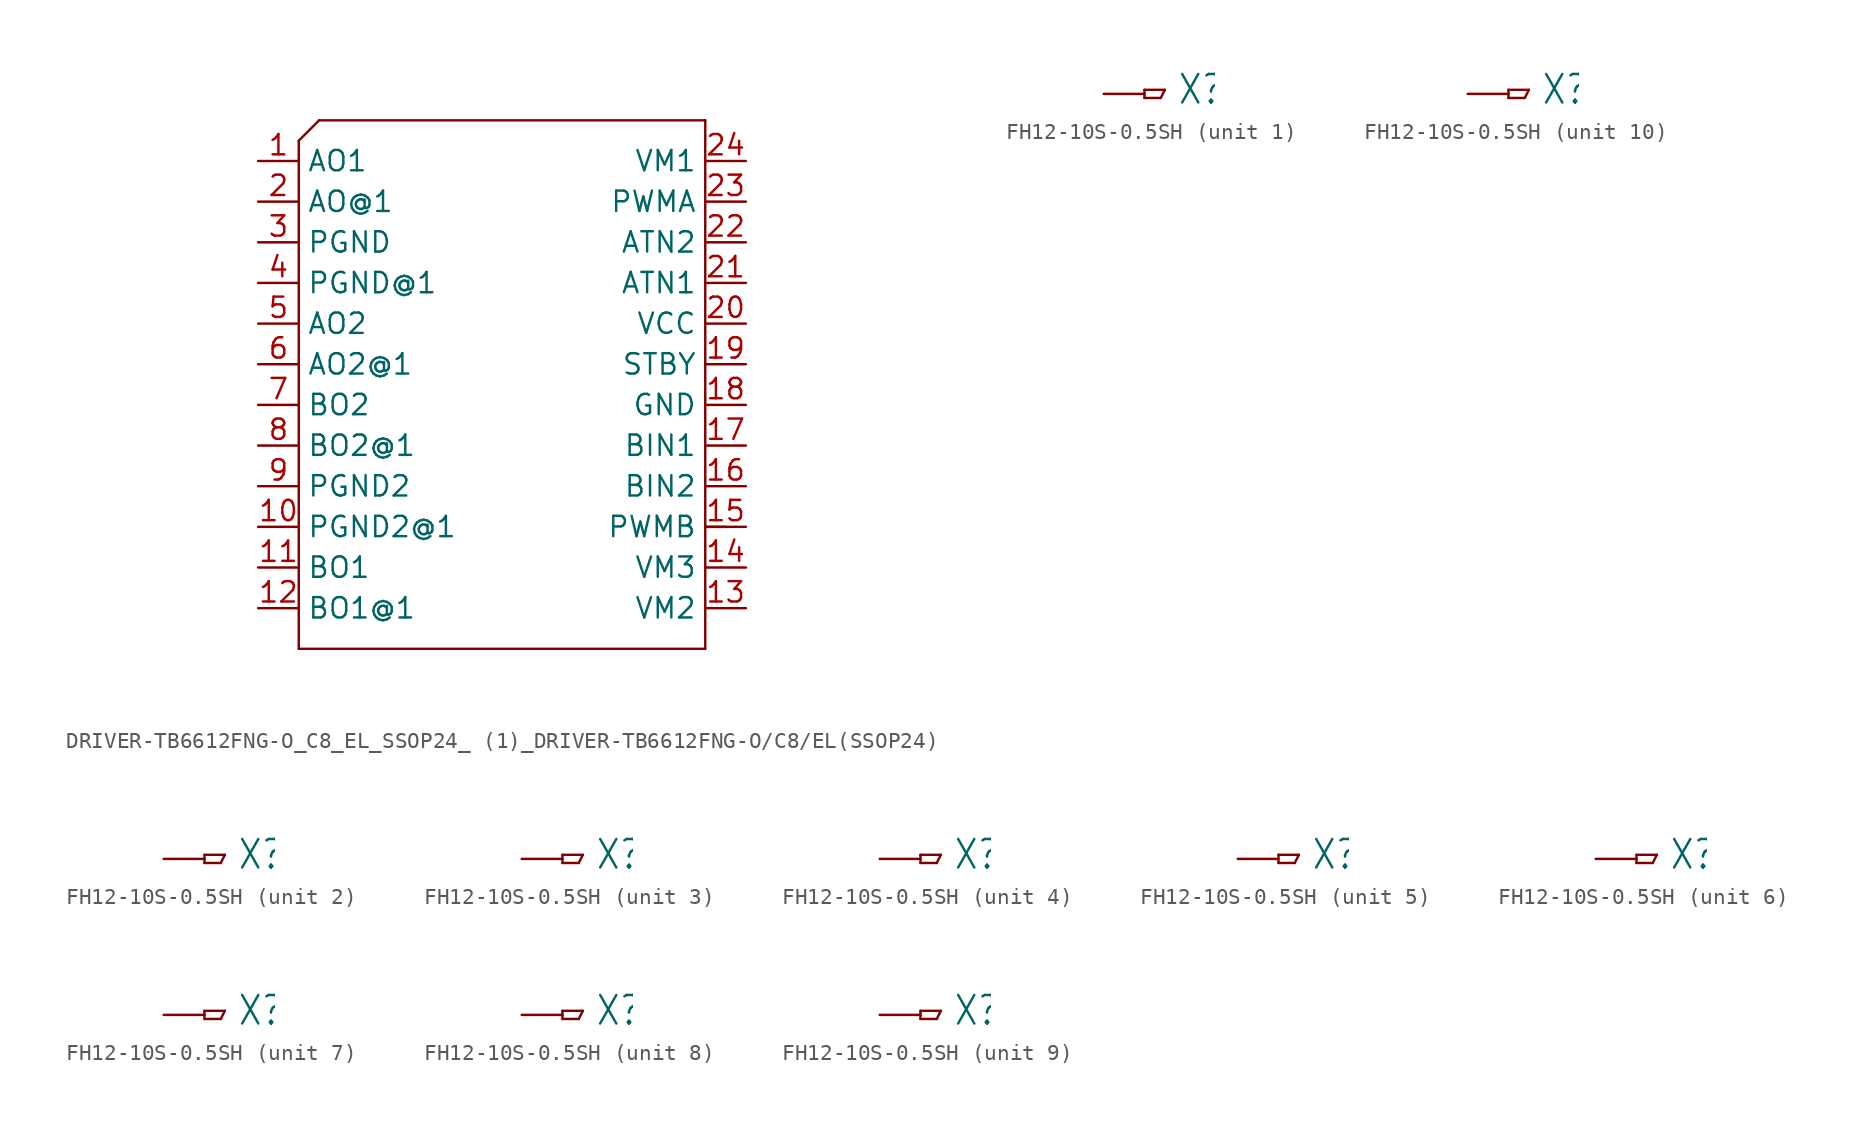
<source format=kicad_sym>
(kicad_symbol_lib
  (version 20231120)
  (generator "kicad_symbol_editor")
  (generator_version "8.0")
  (symbol "DRIVER-TB6612FNG-O_C8_EL_SSOP24_ (1)_DRIVER-TB6612FNG-O/C8/EL(SSOP24)"
    (property "Reference" ""
      (at -6.361 16.539 0)
      (effects (font (size 1.272 1.081)) (justify left bottom) (hide yes)))
    (property "Value" ""
      (at -11.446 -19.077 0)
      (effects (font (size 1.272 1.081)) (justify left bottom)))
    (property "ki_locked" ""
      (at 0 0 0)
      (effects (font (size 1.27 1.27))))
    (symbol "DRIVER-TB6612FNG-O_C8_EL_SSOP24_ (1)_DRIVER-TB6612FNG-O/C8/EL(SSOP24)_1_0"
      (polyline (pts (xy -12.7 -17.78) (xy -12.7 13.97)) (stroke (width 0.152) (type solid)) (fill (type none)))
      (polyline (pts (xy -12.7 13.97) (xy -11.43 15.24)) (stroke (width 0.152) (type solid)) (fill (type none)))
      (polyline (pts (xy -11.43 15.24) (xy 12.7 15.24)) (stroke (width 0.152) (type solid)) (fill (type none)))
      (polyline (pts (xy 12.7 -17.78) (xy -12.7 -17.78)) (stroke (width 0.152) (type solid)) (fill (type none)))
      (polyline (pts (xy 12.7 -10.16) (xy 12.7 -17.78)) (stroke (width 0.152) (type solid)) (fill (type none)))
      (polyline (pts (xy 12.7 15.24) (xy 12.7 -10.16)) (stroke (width 0.152) (type solid)) (fill (type none)))
      (polyline (pts (xy 13.97 -10.16) (xy 12.7 -10.16)) (stroke (width 0.152) (type solid)) (fill (type none)))
      (pin bidirectional line (at -15.24 12.7 0) (length 2.54) (name "AO1" (effects (font (size 1.27 1.27)))) (number "1" (effects (font (size 1.27 1.27)))))
      (pin bidirectional line (at -15.24 -10.16 0) (length 2.54) (name "PGND2@1" (effects (font (size 1.27 1.27)))) (number "10" (effects (font (size 1.27 1.27)))))
      (pin bidirectional line (at -15.24 -12.7 0) (length 2.54) (name "BO1" (effects (font (size 1.27 1.27)))) (number "11" (effects (font (size 1.27 1.27)))))
      (pin bidirectional line (at -15.24 -15.24 0) (length 2.54) (name "BO1@1" (effects (font (size 1.27 1.27)))) (number "12" (effects (font (size 1.27 1.27)))))
      (pin bidirectional line (at 15.24 -15.24 180) (length 2.54) (name "VM2" (effects (font (size 1.27 1.27)))) (number "13" (effects (font (size 1.27 1.27)))))
      (pin bidirectional line (at 15.24 -12.7 180) (length 2.54) (name "VM3" (effects (font (size 1.27 1.27)))) (number "14" (effects (font (size 1.27 1.27)))))
      (pin bidirectional line (at 15.24 -10.16 180) (length 2.54) (name "PWMB" (effects (font (size 1.27 1.27)))) (number "15" (effects (font (size 1.27 1.27)))))
      (pin bidirectional line (at 15.24 -7.62 180) (length 2.54) (name "BIN2" (effects (font (size 1.27 1.27)))) (number "16" (effects (font (size 1.27 1.27)))))
      (pin bidirectional line (at 15.24 -5.08 180) (length 2.54) (name "BIN1" (effects (font (size 1.27 1.27)))) (number "17" (effects (font (size 1.27 1.27)))))
      (pin bidirectional line (at 15.24 -2.54 180) (length 2.54) (name "GND" (effects (font (size 1.27 1.27)))) (number "18" (effects (font (size 1.27 1.27)))))
      (pin bidirectional line (at 15.24 0 180) (length 2.54) (name "STBY" (effects (font (size 1.27 1.27)))) (number "19" (effects (font (size 1.27 1.27)))))
      (pin bidirectional line (at -15.24 10.16 0) (length 2.54) (name "AO@1" (effects (font (size 1.27 1.27)))) (number "2" (effects (font (size 1.27 1.27)))))
      (pin bidirectional line (at 15.24 2.54 180) (length 2.54) (name "VCC" (effects (font (size 1.27 1.27)))) (number "20" (effects (font (size 1.27 1.27)))))
      (pin bidirectional line (at 15.24 5.08 180) (length 2.54) (name "ATN1" (effects (font (size 1.27 1.27)))) (number "21" (effects (font (size 1.27 1.27)))))
      (pin bidirectional line (at 15.24 7.62 180) (length 2.54) (name "ATN2" (effects (font (size 1.27 1.27)))) (number "22" (effects (font (size 1.27 1.27)))))
      (pin bidirectional line (at 15.24 10.16 180) (length 2.54) (name "PWMA" (effects (font (size 1.27 1.27)))) (number "23" (effects (font (size 1.27 1.27)))))
      (pin bidirectional line (at 15.24 12.7 180) (length 2.54) (name "VM1" (effects (font (size 1.27 1.27)))) (number "24" (effects (font (size 1.27 1.27)))))
      (pin bidirectional line (at -15.24 7.62 0) (length 2.54) (name "PGND" (effects (font (size 1.27 1.27)))) (number "3" (effects (font (size 1.27 1.27)))))
      (pin bidirectional line (at -15.24 5.08 0) (length 2.54) (name "PGND@1" (effects (font (size 1.27 1.27)))) (number "4" (effects (font (size 1.27 1.27)))))
      (pin bidirectional line (at -15.24 2.54 0) (length 2.54) (name "AO2" (effects (font (size 1.27 1.27)))) (number "5" (effects (font (size 1.27 1.27)))))
      (pin bidirectional line (at -15.24 0 0) (length 2.54) (name "AO2@1" (effects (font (size 1.27 1.27)))) (number "6" (effects (font (size 1.27 1.27)))))
      (pin bidirectional line (at -15.24 -2.54 0) (length 2.54) (name "BO2" (effects (font (size 1.27 1.27)))) (number "7" (effects (font (size 1.27 1.27)))))
      (pin bidirectional line (at -15.24 -5.08 0) (length 2.54) (name "BO2@1" (effects (font (size 1.27 1.27)))) (number "8" (effects (font (size 1.27 1.27)))))
      (pin bidirectional line (at -15.24 -7.62 0) (length 2.54) (name "PGND2" (effects (font (size 1.27 1.27)))) (number "9" (effects (font (size 1.27 1.27)))))))
  (symbol "FH12-10S-0.5SH"
    (property "Reference" "X"
      (at 2.032 -0.762 0)
      (effects (font (size 1.778 1.511)) (justify left bottom)))
    (property "ki_locked" ""
      (at 0 0 0)
      (effects (font (size 1.27 1.27))))
    (symbol "FH12-10S-0.5SH_1_0"
      (polyline (pts (xy 0 -0.254) (xy 1.016 -0.254)) (stroke (width 0.152) (type solid)) (fill (type none)))
      (polyline (pts (xy 0 0.254) (xy 0 -0.254)) (stroke (width 0.152) (type solid)) (fill (type none)))
      (polyline (pts (xy 1.016 -0.254) (xy 1.27 0.254)) (stroke (width 0.152) (type solid)) (fill (type none)))
      (polyline (pts (xy 1.27 0.254) (xy 0 0.254)) (stroke (width 0.152) (type solid)) (fill (type none)))
      (pin passive line (at -2.54 0 0) (length 2.54) (name "1" (effects (font (size 0 0)))) (number "1" (effects (font (size 0 0))))))
    (symbol "FH12-10S-0.5SH_2_0"
      (polyline (pts (xy 0 -0.254) (xy 1.016 -0.254)) (stroke (width 0.152) (type solid)) (fill (type none)))
      (polyline (pts (xy 0 0.254) (xy 0 -0.254)) (stroke (width 0.152) (type solid)) (fill (type none)))
      (polyline (pts (xy 1.016 -0.254) (xy 1.27 0.254)) (stroke (width 0.152) (type solid)) (fill (type none)))
      (polyline (pts (xy 1.27 0.254) (xy 0 0.254)) (stroke (width 0.152) (type solid)) (fill (type none)))
      (pin passive line (at -2.54 0 0) (length 2.54) (name "1" (effects (font (size 0 0)))) (number "2" (effects (font (size 0 0))))))
    (symbol "FH12-10S-0.5SH_3_0"
      (polyline (pts (xy 0 -0.254) (xy 1.016 -0.254)) (stroke (width 0.152) (type solid)) (fill (type none)))
      (polyline (pts (xy 0 0.254) (xy 0 -0.254)) (stroke (width 0.152) (type solid)) (fill (type none)))
      (polyline (pts (xy 1.016 -0.254) (xy 1.27 0.254)) (stroke (width 0.152) (type solid)) (fill (type none)))
      (polyline (pts (xy 1.27 0.254) (xy 0 0.254)) (stroke (width 0.152) (type solid)) (fill (type none)))
      (pin passive line (at -2.54 0 0) (length 2.54) (name "1" (effects (font (size 0 0)))) (number "3" (effects (font (size 0 0))))))
    (symbol "FH12-10S-0.5SH_4_0"
      (polyline (pts (xy 0 -0.254) (xy 1.016 -0.254)) (stroke (width 0.152) (type solid)) (fill (type none)))
      (polyline (pts (xy 0 0.254) (xy 0 -0.254)) (stroke (width 0.152) (type solid)) (fill (type none)))
      (polyline (pts (xy 1.016 -0.254) (xy 1.27 0.254)) (stroke (width 0.152) (type solid)) (fill (type none)))
      (polyline (pts (xy 1.27 0.254) (xy 0 0.254)) (stroke (width 0.152) (type solid)) (fill (type none)))
      (pin passive line (at -2.54 0 0) (length 2.54) (name "1" (effects (font (size 0 0)))) (number "4" (effects (font (size 0 0))))))
    (symbol "FH12-10S-0.5SH_5_0"
      (polyline (pts (xy 0 -0.254) (xy 1.016 -0.254)) (stroke (width 0.152) (type solid)) (fill (type none)))
      (polyline (pts (xy 0 0.254) (xy 0 -0.254)) (stroke (width 0.152) (type solid)) (fill (type none)))
      (polyline (pts (xy 1.016 -0.254) (xy 1.27 0.254)) (stroke (width 0.152) (type solid)) (fill (type none)))
      (polyline (pts (xy 1.27 0.254) (xy 0 0.254)) (stroke (width 0.152) (type solid)) (fill (type none)))
      (pin passive line (at -2.54 0 0) (length 2.54) (name "1" (effects (font (size 0 0)))) (number "5" (effects (font (size 0 0))))))
    (symbol "FH12-10S-0.5SH_6_0"
      (polyline (pts (xy 0 -0.254) (xy 1.016 -0.254)) (stroke (width 0.152) (type solid)) (fill (type none)))
      (polyline (pts (xy 0 0.254) (xy 0 -0.254)) (stroke (width 0.152) (type solid)) (fill (type none)))
      (polyline (pts (xy 1.016 -0.254) (xy 1.27 0.254)) (stroke (width 0.152) (type solid)) (fill (type none)))
      (polyline (pts (xy 1.27 0.254) (xy 0 0.254)) (stroke (width 0.152) (type solid)) (fill (type none)))
      (pin passive line (at -2.54 0 0) (length 2.54) (name "1" (effects (font (size 0 0)))) (number "6" (effects (font (size 0 0))))))
    (symbol "FH12-10S-0.5SH_7_0"
      (polyline (pts (xy 0 -0.254) (xy 1.016 -0.254)) (stroke (width 0.152) (type solid)) (fill (type none)))
      (polyline (pts (xy 0 0.254) (xy 0 -0.254)) (stroke (width 0.152) (type solid)) (fill (type none)))
      (polyline (pts (xy 1.016 -0.254) (xy 1.27 0.254)) (stroke (width 0.152) (type solid)) (fill (type none)))
      (polyline (pts (xy 1.27 0.254) (xy 0 0.254)) (stroke (width 0.152) (type solid)) (fill (type none)))
      (pin passive line (at -2.54 0 0) (length 2.54) (name "1" (effects (font (size 0 0)))) (number "7" (effects (font (size 0 0))))))
    (symbol "FH12-10S-0.5SH_8_0"
      (polyline (pts (xy 0 -0.254) (xy 1.016 -0.254)) (stroke (width 0.152) (type solid)) (fill (type none)))
      (polyline (pts (xy 0 0.254) (xy 0 -0.254)) (stroke (width 0.152) (type solid)) (fill (type none)))
      (polyline (pts (xy 1.016 -0.254) (xy 1.27 0.254)) (stroke (width 0.152) (type solid)) (fill (type none)))
      (polyline (pts (xy 1.27 0.254) (xy 0 0.254)) (stroke (width 0.152) (type solid)) (fill (type none)))
      (pin passive line (at -2.54 0 0) (length 2.54) (name "1" (effects (font (size 0 0)))) (number "8" (effects (font (size 0 0))))))
    (symbol "FH12-10S-0.5SH_9_0"
      (polyline (pts (xy 0 -0.254) (xy 1.016 -0.254)) (stroke (width 0.152) (type solid)) (fill (type none)))
      (polyline (pts (xy 0 0.254) (xy 0 -0.254)) (stroke (width 0.152) (type solid)) (fill (type none)))
      (polyline (pts (xy 1.016 -0.254) (xy 1.27 0.254)) (stroke (width 0.152) (type solid)) (fill (type none)))
      (polyline (pts (xy 1.27 0.254) (xy 0 0.254)) (stroke (width 0.152) (type solid)) (fill (type none)))
      (pin passive line (at -2.54 0 0) (length 2.54) (name "1" (effects (font (size 0 0)))) (number "9" (effects (font (size 0 0))))))
    (symbol "FH12-10S-0.5SH_10_0"
      (polyline (pts (xy 0 -0.254) (xy 1.016 -0.254)) (stroke (width 0.152) (type solid)) (fill (type none)))
      (polyline (pts (xy 0 0.254) (xy 0 -0.254)) (stroke (width 0.152) (type solid)) (fill (type none)))
      (polyline (pts (xy 1.016 -0.254) (xy 1.27 0.254)) (stroke (width 0.152) (type solid)) (fill (type none)))
      (polyline (pts (xy 1.27 0.254) (xy 0 0.254)) (stroke (width 0.152) (type solid)) (fill (type none)))
      (pin passive line (at -2.54 0 0) (length 2.54) (name "1" (effects (font (size 0 0)))) (number "10" (effects (font (size 0 0))))))))
</source>
